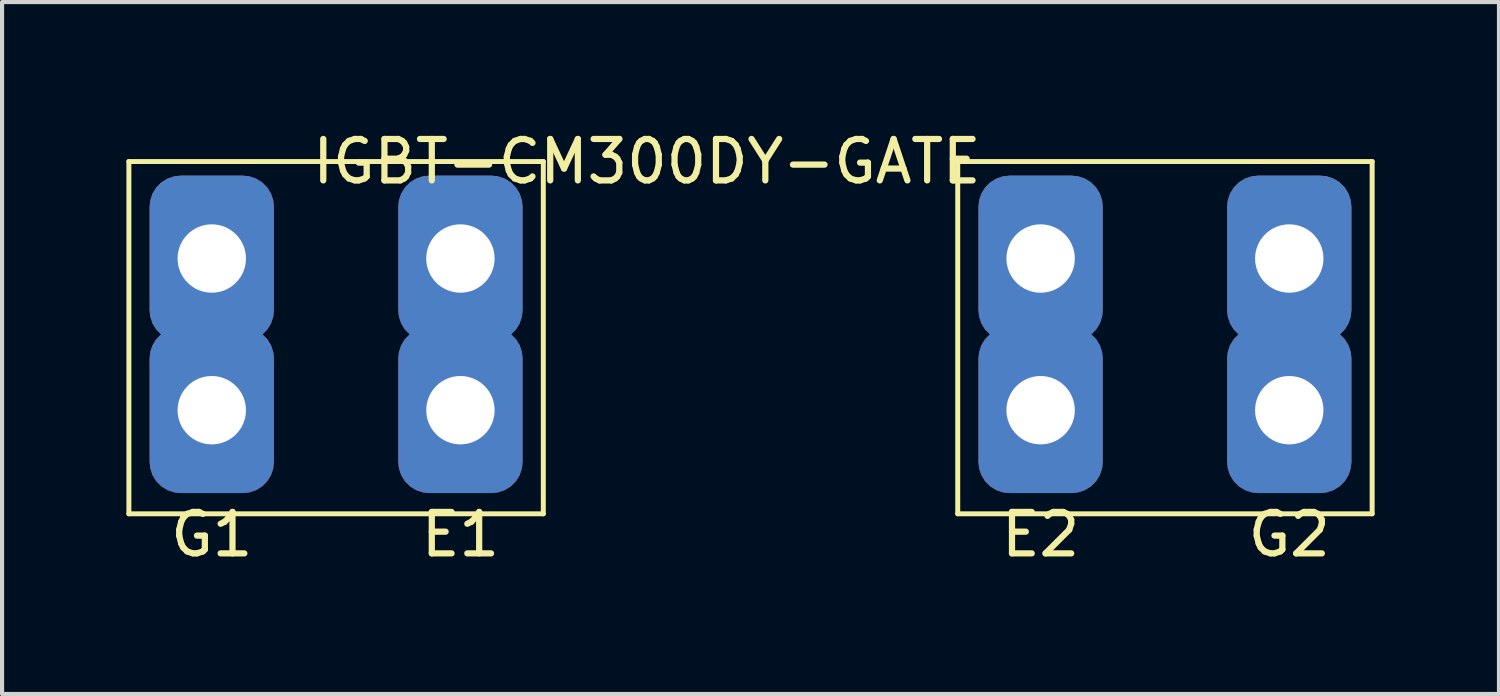
<source format=kicad_pcb>
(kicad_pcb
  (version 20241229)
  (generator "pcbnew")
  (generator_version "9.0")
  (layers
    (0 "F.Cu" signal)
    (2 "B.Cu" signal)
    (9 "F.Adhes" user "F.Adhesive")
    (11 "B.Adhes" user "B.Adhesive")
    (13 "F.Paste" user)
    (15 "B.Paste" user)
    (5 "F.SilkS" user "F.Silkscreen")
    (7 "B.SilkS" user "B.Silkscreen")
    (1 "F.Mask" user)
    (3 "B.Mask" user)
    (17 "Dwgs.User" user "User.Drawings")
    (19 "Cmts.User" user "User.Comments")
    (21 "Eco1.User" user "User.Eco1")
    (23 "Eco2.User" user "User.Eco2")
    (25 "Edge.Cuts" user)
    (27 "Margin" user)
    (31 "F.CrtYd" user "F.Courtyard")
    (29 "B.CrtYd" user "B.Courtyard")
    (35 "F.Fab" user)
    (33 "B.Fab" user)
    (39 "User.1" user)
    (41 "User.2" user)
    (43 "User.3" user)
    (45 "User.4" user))
  (footprint "IGBT-CM300DY-GATE"
    (layer "F.Cu")
    (at 0.56 8.848)
    (property "Reference" "IGBT-CM300DY-GATE" (at 12 -8 0) (layer "F.SilkS") (effects (font (size 1 1) (thickness 0.15))))
    (attr exclude_from_pos_files exclude_from_bom)
    (fp_line (start -0.5 -8) (end -0.5 0.5) (stroke (width 0.12) (type solid)) (layer "F.SilkS"))
    (fp_line (start -0.5 -8) (end 9.5 -8) (stroke (width 0.12) (type solid)) (layer "F.SilkS"))
    (fp_line (start -0.5 0.5) (end 9.5 0.5) (stroke (width 0.12) (type solid)) (layer "F.SilkS"))
    (fp_line (start 9.5 -8) (end 9.5 0.5) (stroke (width 0.12) (type solid)) (layer "F.SilkS"))
    (fp_line (start 19.5 -8) (end 19.5 0.5) (stroke (width 0.12) (type solid)) (layer "F.SilkS"))
    (fp_line (start 19.5 -8) (end 29.5 -8) (stroke (width 0.12) (type solid)) (layer "F.SilkS"))
    (fp_line (start 19.5 0.5) (end 29.5 0.5) (stroke (width 0.12) (type solid)) (layer "F.SilkS"))
    (fp_line (start 29.5 0.5) (end 29.5 -8) (stroke (width 0.12) (type solid)) (layer "F.SilkS"))
    (fp_text user "E1" (at 7.5 1 0) (layer "F.SilkS") (effects (font (size 1 1) (thickness 0.15))))
    (fp_text user "G2" (at 27.5 1 0) (layer "F.SilkS") (effects (font (size 1 1) (thickness 0.15))))
    (fp_text user "G1" (at 1.5 1 0) (layer "F.SilkS") (effects (font (size 1 1) (thickness 0.15))))
    (fp_text user "E2" (at 21.5 1 0) (layer "F.SilkS") (effects (font (size 1 1) (thickness 0.15))))
    (pad "1" thru_hole roundrect (at 1.5 -5.66 90) (size 4 3) (drill 1.65) (layers "*.Cu" "*.Mask") (roundrect_rratio 0.25))
    (pad "1" thru_hole roundrect (at 1.5 -2 90) (size 4 3) (drill 1.65) (layers "*.Cu" "*.Mask") (roundrect_rratio 0.25))
    (pad "2" thru_hole roundrect (at 7.5 -5.66 90) (size 4 3) (drill 1.65) (layers "*.Cu" "*.Mask") (roundrect_rratio 0.25))
    (pad "2" thru_hole roundrect (at 7.5 -2 90) (size 4 3) (drill 1.65) (layers "*.Cu" "*.Mask") (roundrect_rratio 0.25))
    (pad "3" thru_hole roundrect (at 21.5 -5.66 90) (size 4 3) (drill 1.65) (layers "*.Cu" "*.Mask") (roundrect_rratio 0.25))
    (pad "3" thru_hole roundrect (at 21.5 -2 90) (size 4 3) (drill 1.65) (layers "*.Cu" "*.Mask") (roundrect_rratio 0.25))
    (pad "4" thru_hole roundrect (at 27.5 -5.66 90) (size 4 3) (drill 1.65) (layers "*.Cu" "*.Mask") (roundrect_rratio 0.25))
    (pad "4" thru_hole roundrect (at 27.5 -2 90) (size 4 3) (drill 1.65) (layers "*.Cu" "*.Mask") (roundrect_rratio 0.25)))
  (gr_rect
    (start -3 -3)
    (end 33.12 13.697)
    (stroke (width 0.1) (type default))
    (fill no)
    (layer "Edge.Cuts")))
</source>
